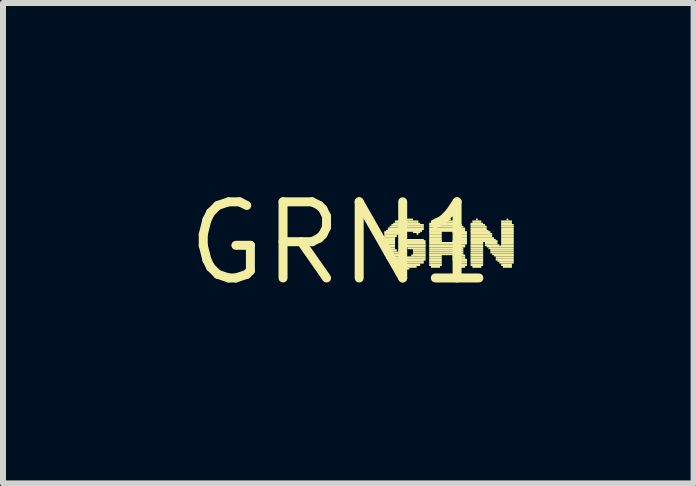
<source format=kicad_pcb>
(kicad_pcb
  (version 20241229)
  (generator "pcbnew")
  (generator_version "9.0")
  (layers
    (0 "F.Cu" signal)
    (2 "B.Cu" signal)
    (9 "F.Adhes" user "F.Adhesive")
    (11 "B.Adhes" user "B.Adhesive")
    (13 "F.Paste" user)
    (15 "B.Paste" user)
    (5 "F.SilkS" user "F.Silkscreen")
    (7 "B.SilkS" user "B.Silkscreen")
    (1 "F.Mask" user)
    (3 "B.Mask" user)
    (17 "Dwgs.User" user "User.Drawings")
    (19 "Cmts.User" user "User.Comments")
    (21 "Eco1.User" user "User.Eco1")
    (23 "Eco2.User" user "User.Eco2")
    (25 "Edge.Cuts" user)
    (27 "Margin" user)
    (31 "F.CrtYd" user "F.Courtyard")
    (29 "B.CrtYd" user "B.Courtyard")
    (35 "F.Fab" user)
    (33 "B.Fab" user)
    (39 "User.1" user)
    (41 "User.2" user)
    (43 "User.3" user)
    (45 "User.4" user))
  (footprint "GRN1"
    (layer "F.Cu")
    (at 2.638 1.006)
    (property "Reference" "GRN1" (at 0 0 0) (layer "F.SilkS") (effects (font (size 1.27 1.27) (thickness 0.15))))
    (fp_poly (pts (xy 0.69 -0.07) (xy 0.9 -0.07) (xy 0.9 -0.1) (xy 0.69 -0.1)) (stroke (width 0) (type solid)) (fill yes) (layer "F.SilkS"))
    (fp_poly (pts (xy 0.69 -0.04) (xy 0.9 -0.04) (xy 0.9 -0.07) (xy 0.69 -0.07)) (stroke (width 0) (type solid)) (fill yes) (layer "F.SilkS"))
    (fp_poly (pts (xy 0.69 -0.02) (xy 0.9 -0.02) (xy 0.9 -0.05) (xy 0.69 -0.05)) (stroke (width 0) (type solid)) (fill yes) (layer "F.SilkS"))
    (fp_poly (pts (xy 0.69 0.02) (xy 0.9 0.02) (xy 0.9 -0.02) (xy 0.69 -0.02)) (stroke (width 0) (type solid)) (fill yes) (layer "F.SilkS"))
    (fp_poly (pts (xy 0.69 0.05) (xy 0.9 0.05) (xy 0.9 0.02) (xy 0.69 0.02)) (stroke (width 0) (type solid)) (fill yes) (layer "F.SilkS"))
    (fp_poly (pts (xy 0.69 0.07) (xy 0.9 0.07) (xy 0.9 0.04) (xy 0.69 0.04)) (stroke (width 0) (type solid)) (fill yes) (layer "F.SilkS"))
    (fp_poly (pts (xy 0.69 0.1) (xy 0.9 0.1) (xy 0.9 0.07) (xy 0.69 0.07)) (stroke (width 0) (type solid)) (fill yes) (layer "F.SilkS"))
    (fp_poly (pts (xy 0.72 -0.17) (xy 0.99 -0.17) (xy 0.99 -0.2) (xy 0.72 -0.2)) (stroke (width 0) (type solid)) (fill yes) (layer "F.SilkS"))
    (fp_poly (pts (xy 0.72 -0.14) (xy 0.96 -0.14) (xy 0.96 -0.17) (xy 0.72 -0.17)) (stroke (width 0) (type solid)) (fill yes) (layer "F.SilkS"))
    (fp_poly (pts (xy 0.72 -0.1) (xy 0.93 -0.1) (xy 0.93 -0.14) (xy 0.72 -0.14)) (stroke (width 0) (type solid)) (fill yes) (layer "F.SilkS"))
    (fp_poly (pts (xy 0.72 0.14) (xy 0.93 0.14) (xy 0.93 0.1) (xy 0.72 0.1)) (stroke (width 0) (type solid)) (fill yes) (layer "F.SilkS"))
    (fp_poly (pts (xy 0.72 0.17) (xy 0.96 0.17) (xy 0.96 0.14) (xy 0.72 0.14)) (stroke (width 0) (type solid)) (fill yes) (layer "F.SilkS"))
    (fp_poly (pts (xy 0.72 0.2) (xy 0.99 0.2) (xy 0.99 0.17) (xy 0.72 0.17)) (stroke (width 0) (type solid)) (fill yes) (layer "F.SilkS"))
    (fp_poly (pts (xy 0.75 -0.19) (xy 1.35 -0.19) (xy 1.35 -0.22) (xy 0.75 -0.22)) (stroke (width 0) (type solid)) (fill yes) (layer "F.SilkS"))
    (fp_poly (pts (xy 0.75 0.22) (xy 1.05 0.22) (xy 1.05 0.19) (xy 0.75 0.19)) (stroke (width 0) (type solid)) (fill yes) (layer "F.SilkS"))
    (fp_poly (pts (xy 0.75 0.26) (xy 1.41 0.26) (xy 1.41 0.22) (xy 0.75 0.22)) (stroke (width 0) (type solid)) (fill yes) (layer "F.SilkS"))
    (fp_poly (pts (xy 0.78 -0.22) (xy 1.38 -0.22) (xy 1.38 -0.26) (xy 0.78 -0.26)) (stroke (width 0) (type solid)) (fill yes) (layer "F.SilkS"))
    (fp_poly (pts (xy 0.78 0.29) (xy 1.41 0.29) (xy 1.41 0.26) (xy 0.78 0.26)) (stroke (width 0) (type solid)) (fill yes) (layer "F.SilkS"))
    (fp_poly (pts (xy 0.81 -0.26) (xy 1.38 -0.26) (xy 1.38 -0.29) (xy 0.81 -0.29)) (stroke (width 0) (type solid)) (fill yes) (layer "F.SilkS"))
    (fp_poly (pts (xy 0.81 0.31) (xy 1.38 0.31) (xy 1.38 0.28) (xy 0.81 0.28)) (stroke (width 0) (type solid)) (fill yes) (layer "F.SilkS"))
    (fp_poly (pts (xy 0.84 -0.29) (xy 1.38 -0.29) (xy 1.38 -0.32) (xy 0.84 -0.32)) (stroke (width 0) (type solid)) (fill yes) (layer "F.SilkS"))
    (fp_poly (pts (xy 0.84 0.34) (xy 1.38 0.34) (xy 1.38 0.31) (xy 0.84 0.31)) (stroke (width 0) (type solid)) (fill yes) (layer "F.SilkS"))
    (fp_poly (pts (xy 0.87 -0.31) (xy 1.32 -0.31) (xy 1.32 -0.34) (xy 0.87 -0.34)) (stroke (width 0) (type solid)) (fill yes) (layer "F.SilkS"))
    (fp_poly (pts (xy 0.9 -0.34) (xy 1.29 -0.34) (xy 1.29 -0.38) (xy 0.9 -0.38)) (stroke (width 0) (type solid)) (fill yes) (layer "F.SilkS"))
    (fp_poly (pts (xy 0.9 0.38) (xy 1.32 0.38) (xy 1.32 0.34) (xy 0.9 0.34)) (stroke (width 0) (type solid)) (fill yes) (layer "F.SilkS"))
    (fp_poly (pts (xy 0.96 0.41) (xy 1.26 0.41) (xy 1.26 0.38) (xy 0.96 0.38)) (stroke (width 0) (type solid)) (fill yes) (layer "F.SilkS"))
    (fp_poly (pts (xy 0.99 -0.38) (xy 1.2 -0.38) (xy 1.2 -0.41) (xy 0.99 -0.41)) (stroke (width 0) (type solid)) (fill yes) (layer "F.SilkS"))
    (fp_poly (pts (xy 1.05 -0.02) (xy 1.41 -0.02) (xy 1.41 -0.05) (xy 1.05 -0.05)) (stroke (width 0) (type solid)) (fill yes) (layer "F.SilkS"))
    (fp_poly (pts (xy 1.05 0.02) (xy 1.41 0.02) (xy 1.41 -0.02) (xy 1.05 -0.02)) (stroke (width 0) (type solid)) (fill yes) (layer "F.SilkS"))
    (fp_poly (pts (xy 1.05 0.05) (xy 1.41 0.05) (xy 1.41 0.02) (xy 1.05 0.02)) (stroke (width 0) (type solid)) (fill yes) (layer "F.SilkS"))
    (fp_poly (pts (xy 1.05 0.07) (xy 1.41 0.07) (xy 1.41 0.04) (xy 1.05 0.04)) (stroke (width 0) (type solid)) (fill yes) (layer "F.SilkS"))
    (fp_poly (pts (xy 1.08 -0.04) (xy 1.38 -0.04) (xy 1.38 -0.07) (xy 1.08 -0.07)) (stroke (width 0) (type solid)) (fill yes) (layer "F.SilkS"))
    (fp_poly (pts (xy 1.08 0.44) (xy 1.14 0.44) (xy 1.14 0.41) (xy 1.08 0.41)) (stroke (width 0) (type solid)) (fill yes) (layer "F.SilkS"))
    (fp_poly (pts (xy 1.11 0.1) (xy 1.41 0.1) (xy 1.41 0.07) (xy 1.11 0.07)) (stroke (width 0) (type solid)) (fill yes) (layer "F.SilkS"))
    (fp_poly (pts (xy 1.17 0.22) (xy 1.41 0.22) (xy 1.41 0.19) (xy 1.17 0.19)) (stroke (width 0) (type solid)) (fill yes) (layer "F.SilkS"))
    (fp_poly (pts (xy 1.2 -0.17) (xy 1.32 -0.17) (xy 1.32 -0.2) (xy 1.2 -0.2)) (stroke (width 0) (type solid)) (fill yes) (layer "F.SilkS"))
    (fp_poly (pts (xy 1.2 0.14) (xy 1.41 0.14) (xy 1.41 0.1) (xy 1.2 0.1)) (stroke (width 0) (type solid)) (fill yes) (layer "F.SilkS"))
    (fp_poly (pts (xy 1.2 0.17) (xy 1.41 0.17) (xy 1.41 0.14) (xy 1.2 0.14)) (stroke (width 0) (type solid)) (fill yes) (layer "F.SilkS"))
    (fp_poly (pts (xy 1.2 0.2) (xy 1.41 0.2) (xy 1.41 0.17) (xy 1.2 0.17)) (stroke (width 0) (type solid)) (fill yes) (layer "F.SilkS"))
    (fp_poly (pts (xy 1.26 -0.14) (xy 1.29 -0.14) (xy 1.29 -0.17) (xy 1.26 -0.17)) (stroke (width 0) (type solid)) (fill yes) (layer "F.SilkS"))
    (fp_poly (pts (xy 1.47 -0.31) (xy 1.98 -0.31) (xy 1.98 -0.34) (xy 1.47 -0.34)) (stroke (width 0) (type solid)) (fill yes) (layer "F.SilkS"))
    (fp_poly (pts (xy 1.47 -0.29) (xy 2.01 -0.29) (xy 2.01 -0.32) (xy 1.47 -0.32)) (stroke (width 0) (type solid)) (fill yes) (layer "F.SilkS"))
    (fp_poly (pts (xy 1.47 -0.26) (xy 2.04 -0.26) (xy 2.04 -0.29) (xy 1.47 -0.29)) (stroke (width 0) (type solid)) (fill yes) (layer "F.SilkS"))
    (fp_poly (pts (xy 1.47 -0.22) (xy 2.07 -0.22) (xy 2.07 -0.26) (xy 1.47 -0.26)) (stroke (width 0) (type solid)) (fill yes) (layer "F.SilkS"))
    (fp_poly (pts (xy 1.47 -0.19) (xy 2.07 -0.19) (xy 2.07 -0.22) (xy 1.47 -0.22)) (stroke (width 0) (type solid)) (fill yes) (layer "F.SilkS"))
    (fp_poly (pts (xy 1.47 -0.17) (xy 1.68 -0.17) (xy 1.68 -0.2) (xy 1.47 -0.2)) (stroke (width 0) (type solid)) (fill yes) (layer "F.SilkS"))
    (fp_poly (pts (xy 1.47 -0.14) (xy 1.68 -0.14) (xy 1.68 -0.17) (xy 1.47 -0.17)) (stroke (width 0) (type solid)) (fill yes) (layer "F.SilkS"))
    (fp_poly (pts (xy 1.47 -0.1) (xy 1.68 -0.1) (xy 1.68 -0.14) (xy 1.47 -0.14)) (stroke (width 0) (type solid)) (fill yes) (layer "F.SilkS"))
    (fp_poly (pts (xy 1.47 -0.07) (xy 1.68 -0.07) (xy 1.68 -0.1) (xy 1.47 -0.1)) (stroke (width 0) (type solid)) (fill yes) (layer "F.SilkS"))
    (fp_poly (pts (xy 1.47 -0.04) (xy 1.68 -0.04) (xy 1.68 -0.07) (xy 1.47 -0.07)) (stroke (width 0) (type solid)) (fill yes) (layer "F.SilkS"))
    (fp_poly (pts (xy 1.47 -0.02) (xy 1.68 -0.02) (xy 1.68 -0.05) (xy 1.47 -0.05)) (stroke (width 0) (type solid)) (fill yes) (layer "F.SilkS"))
    (fp_poly (pts (xy 1.47 0.02) (xy 2.1 0.02) (xy 2.1 -0.02) (xy 1.47 -0.02)) (stroke (width 0) (type solid)) (fill yes) (layer "F.SilkS"))
    (fp_poly (pts (xy 1.47 0.05) (xy 2.07 0.05) (xy 2.07 0.02) (xy 1.47 0.02)) (stroke (width 0) (type solid)) (fill yes) (layer "F.SilkS"))
    (fp_poly (pts (xy 1.47 0.07) (xy 2.07 0.07) (xy 2.07 0.04) (xy 1.47 0.04)) (stroke (width 0) (type solid)) (fill yes) (layer "F.SilkS"))
    (fp_poly (pts (xy 1.47 0.1) (xy 2.04 0.1) (xy 2.04 0.07) (xy 1.47 0.07)) (stroke (width 0) (type solid)) (fill yes) (layer "F.SilkS"))
    (fp_poly (pts (xy 1.47 0.14) (xy 2.04 0.14) (xy 2.04 0.1) (xy 1.47 0.1)) (stroke (width 0) (type solid)) (fill yes) (layer "F.SilkS"))
    (fp_poly (pts (xy 1.47 0.17) (xy 2.04 0.17) (xy 2.04 0.14) (xy 1.47 0.14)) (stroke (width 0) (type solid)) (fill yes) (layer "F.SilkS"))
    (fp_poly (pts (xy 1.47 0.2) (xy 2.04 0.2) (xy 2.04 0.17) (xy 1.47 0.17)) (stroke (width 0) (type solid)) (fill yes) (layer "F.SilkS"))
    (fp_poly (pts (xy 1.47 0.22) (xy 1.68 0.22) (xy 1.68 0.19) (xy 1.47 0.19)) (stroke (width 0) (type solid)) (fill yes) (layer "F.SilkS"))
    (fp_poly (pts (xy 1.47 0.26) (xy 1.68 0.26) (xy 1.68 0.22) (xy 1.47 0.22)) (stroke (width 0) (type solid)) (fill yes) (layer "F.SilkS"))
    (fp_poly (pts (xy 1.47 0.29) (xy 1.68 0.29) (xy 1.68 0.26) (xy 1.47 0.26)) (stroke (width 0) (type solid)) (fill yes) (layer "F.SilkS"))
    (fp_poly (pts (xy 1.47 0.31) (xy 1.68 0.31) (xy 1.68 0.28) (xy 1.47 0.28)) (stroke (width 0) (type solid)) (fill yes) (layer "F.SilkS"))
    (fp_poly (pts (xy 1.47 0.34) (xy 1.68 0.34) (xy 1.68 0.31) (xy 1.47 0.31)) (stroke (width 0) (type solid)) (fill yes) (layer "F.SilkS"))
    (fp_poly (pts (xy 1.47 0.38) (xy 1.68 0.38) (xy 1.68 0.34) (xy 1.47 0.34)) (stroke (width 0) (type solid)) (fill yes) (layer "F.SilkS"))
    (fp_poly (pts (xy 1.5 -0.34) (xy 1.95 -0.34) (xy 1.95 -0.38) (xy 1.5 -0.38)) (stroke (width 0) (type solid)) (fill yes) (layer "F.SilkS"))
    (fp_poly (pts (xy 1.5 0.41) (xy 1.65 0.41) (xy 1.65 0.38) (xy 1.5 0.38)) (stroke (width 0) (type solid)) (fill yes) (layer "F.SilkS"))
    (fp_poly (pts (xy 1.56 -0.38) (xy 1.83 -0.38) (xy 1.83 -0.41) (xy 1.56 -0.41)) (stroke (width 0) (type solid)) (fill yes) (layer "F.SilkS"))
    (fp_poly (pts (xy 1.86 -0.17) (xy 2.1 -0.17) (xy 2.1 -0.2) (xy 1.86 -0.2)) (stroke (width 0) (type solid)) (fill yes) (layer "F.SilkS"))
    (fp_poly (pts (xy 1.86 -0.02) (xy 2.1 -0.02) (xy 2.1 -0.05) (xy 1.86 -0.05)) (stroke (width 0) (type solid)) (fill yes) (layer "F.SilkS"))
    (fp_poly (pts (xy 1.86 0.22) (xy 2.07 0.22) (xy 2.07 0.19) (xy 1.86 0.19)) (stroke (width 0) (type solid)) (fill yes) (layer "F.SilkS"))
    (fp_poly (pts (xy 1.86 0.26) (xy 2.07 0.26) (xy 2.07 0.22) (xy 1.86 0.22)) (stroke (width 0) (type solid)) (fill yes) (layer "F.SilkS"))
    (fp_poly (pts (xy 1.86 0.29) (xy 2.1 0.29) (xy 2.1 0.26) (xy 1.86 0.26)) (stroke (width 0) (type solid)) (fill yes) (layer "F.SilkS"))
    (fp_poly (pts (xy 1.89 -0.14) (xy 2.1 -0.14) (xy 2.1 -0.17) (xy 1.89 -0.17)) (stroke (width 0) (type solid)) (fill yes) (layer "F.SilkS"))
    (fp_poly (pts (xy 1.89 -0.1) (xy 2.1 -0.1) (xy 2.1 -0.14) (xy 1.89 -0.14)) (stroke (width 0) (type solid)) (fill yes) (layer "F.SilkS"))
    (fp_poly (pts (xy 1.89 -0.07) (xy 2.1 -0.07) (xy 2.1 -0.1) (xy 1.89 -0.1)) (stroke (width 0) (type solid)) (fill yes) (layer "F.SilkS"))
    (fp_poly (pts (xy 1.89 -0.04) (xy 2.1 -0.04) (xy 2.1 -0.07) (xy 1.89 -0.07)) (stroke (width 0) (type solid)) (fill yes) (layer "F.SilkS"))
    (fp_poly (pts (xy 1.89 0.31) (xy 2.1 0.31) (xy 2.1 0.28) (xy 1.89 0.28)) (stroke (width 0) (type solid)) (fill yes) (layer "F.SilkS"))
    (fp_poly (pts (xy 1.89 0.34) (xy 2.1 0.34) (xy 2.1 0.31) (xy 1.89 0.31)) (stroke (width 0) (type solid)) (fill yes) (layer "F.SilkS"))
    (fp_poly (pts (xy 1.92 0.38) (xy 2.1 0.38) (xy 2.1 0.34) (xy 1.92 0.34)) (stroke (width 0) (type solid)) (fill yes) (layer "F.SilkS"))
    (fp_poly (pts (xy 1.92 0.41) (xy 2.07 0.41) (xy 2.07 0.38) (xy 1.92 0.38)) (stroke (width 0) (type solid)) (fill yes) (layer "F.SilkS"))
    (fp_poly (pts (xy 2.16 -0.31) (xy 2.37 -0.31) (xy 2.37 -0.34) (xy 2.16 -0.34)) (stroke (width 0) (type solid)) (fill yes) (layer "F.SilkS"))
    (fp_poly (pts (xy 2.16 -0.29) (xy 2.4 -0.29) (xy 2.4 -0.32) (xy 2.16 -0.32)) (stroke (width 0) (type solid)) (fill yes) (layer "F.SilkS"))
    (fp_poly (pts (xy 2.16 -0.26) (xy 2.43 -0.26) (xy 2.43 -0.29) (xy 2.16 -0.29)) (stroke (width 0) (type solid)) (fill yes) (layer "F.SilkS"))
    (fp_poly (pts (xy 2.16 -0.22) (xy 2.43 -0.22) (xy 2.43 -0.26) (xy 2.16 -0.26)) (stroke (width 0) (type solid)) (fill yes) (layer "F.SilkS"))
    (fp_poly (pts (xy 2.16 -0.19) (xy 2.46 -0.19) (xy 2.46 -0.22) (xy 2.16 -0.22)) (stroke (width 0) (type solid)) (fill yes) (layer "F.SilkS"))
    (fp_poly (pts (xy 2.16 -0.17) (xy 2.49 -0.17) (xy 2.49 -0.2) (xy 2.16 -0.2)) (stroke (width 0) (type solid)) (fill yes) (layer "F.SilkS"))
    (fp_poly (pts (xy 2.16 -0.14) (xy 2.52 -0.14) (xy 2.52 -0.17) (xy 2.16 -0.17)) (stroke (width 0) (type solid)) (fill yes) (layer "F.SilkS"))
    (fp_poly (pts (xy 2.16 -0.1) (xy 2.52 -0.1) (xy 2.52 -0.14) (xy 2.16 -0.14)) (stroke (width 0) (type solid)) (fill yes) (layer "F.SilkS"))
    (fp_poly (pts (xy 2.16 -0.07) (xy 2.55 -0.07) (xy 2.55 -0.1) (xy 2.16 -0.1)) (stroke (width 0) (type solid)) (fill yes) (layer "F.SilkS"))
    (fp_poly (pts (xy 2.16 -0.04) (xy 2.58 -0.04) (xy 2.58 -0.07) (xy 2.16 -0.07)) (stroke (width 0) (type solid)) (fill yes) (layer "F.SilkS"))
    (fp_poly (pts (xy 2.16 -0.02) (xy 2.61 -0.02) (xy 2.61 -0.05) (xy 2.16 -0.05)) (stroke (width 0) (type solid)) (fill yes) (layer "F.SilkS"))
    (fp_poly (pts (xy 2.16 0.02) (xy 2.37 0.02) (xy 2.37 -0.02) (xy 2.16 -0.02)) (stroke (width 0) (type solid)) (fill yes) (layer "F.SilkS"))
    (fp_poly (pts (xy 2.16 0.05) (xy 2.37 0.05) (xy 2.37 0.02) (xy 2.16 0.02)) (stroke (width 0) (type solid)) (fill yes) (layer "F.SilkS"))
    (fp_poly (pts (xy 2.16 0.07) (xy 2.37 0.07) (xy 2.37 0.04) (xy 2.16 0.04)) (stroke (width 0) (type solid)) (fill yes) (layer "F.SilkS"))
    (fp_poly (pts (xy 2.16 0.1) (xy 2.37 0.1) (xy 2.37 0.07) (xy 2.16 0.07)) (stroke (width 0) (type solid)) (fill yes) (layer "F.SilkS"))
    (fp_poly (pts (xy 2.16 0.14) (xy 2.37 0.14) (xy 2.37 0.1) (xy 2.16 0.1)) (stroke (width 0) (type solid)) (fill yes) (layer "F.SilkS"))
    (fp_poly (pts (xy 2.16 0.17) (xy 2.37 0.17) (xy 2.37 0.14) (xy 2.16 0.14)) (stroke (width 0) (type solid)) (fill yes) (layer "F.SilkS"))
    (fp_poly (pts (xy 2.16 0.2) (xy 2.37 0.2) (xy 2.37 0.17) (xy 2.16 0.17)) (stroke (width 0) (type solid)) (fill yes) (layer "F.SilkS"))
    (fp_poly (pts (xy 2.16 0.22) (xy 2.37 0.22) (xy 2.37 0.19) (xy 2.16 0.19)) (stroke (width 0) (type solid)) (fill yes) (layer "F.SilkS"))
    (fp_poly (pts (xy 2.16 0.26) (xy 2.37 0.26) (xy 2.37 0.22) (xy 2.16 0.22)) (stroke (width 0) (type solid)) (fill yes) (layer "F.SilkS"))
    (fp_poly (pts (xy 2.16 0.29) (xy 2.37 0.29) (xy 2.37 0.26) (xy 2.16 0.26)) (stroke (width 0) (type solid)) (fill yes) (layer "F.SilkS"))
    (fp_poly (pts (xy 2.16 0.31) (xy 2.37 0.31) (xy 2.37 0.28) (xy 2.16 0.28)) (stroke (width 0) (type solid)) (fill yes) (layer "F.SilkS"))
    (fp_poly (pts (xy 2.16 0.34) (xy 2.37 0.34) (xy 2.37 0.31) (xy 2.16 0.31)) (stroke (width 0) (type solid)) (fill yes) (layer "F.SilkS"))
    (fp_poly (pts (xy 2.16 0.38) (xy 2.37 0.38) (xy 2.37 0.34) (xy 2.16 0.34)) (stroke (width 0) (type solid)) (fill yes) (layer "F.SilkS"))
    (fp_poly (pts (xy 2.19 -0.34) (xy 2.34 -0.34) (xy 2.34 -0.38) (xy 2.19 -0.38)) (stroke (width 0) (type solid)) (fill yes) (layer "F.SilkS"))
    (fp_poly (pts (xy 2.19 0.41) (xy 2.34 0.41) (xy 2.34 0.38) (xy 2.19 0.38)) (stroke (width 0) (type solid)) (fill yes) (layer "F.SilkS"))
    (fp_poly (pts (xy 2.25 -0.38) (xy 2.28 -0.38) (xy 2.28 -0.41) (xy 2.25 -0.41)) (stroke (width 0) (type solid)) (fill yes) (layer "F.SilkS"))
    (fp_poly (pts (xy 2.4 0.02) (xy 2.61 0.02) (xy 2.61 -0.02) (xy 2.4 -0.02)) (stroke (width 0) (type solid)) (fill yes) (layer "F.SilkS"))
    (fp_poly (pts (xy 2.4 0.05) (xy 2.64 0.05) (xy 2.64 0.02) (xy 2.4 0.02)) (stroke (width 0) (type solid)) (fill yes) (layer "F.SilkS"))
    (fp_poly (pts (xy 2.43 0.07) (xy 2.88 0.07) (xy 2.88 0.04) (xy 2.43 0.04)) (stroke (width 0) (type solid)) (fill yes) (layer "F.SilkS"))
    (fp_poly (pts (xy 2.46 0.1) (xy 2.88 0.1) (xy 2.88 0.07) (xy 2.46 0.07)) (stroke (width 0) (type solid)) (fill yes) (layer "F.SilkS"))
    (fp_poly (pts (xy 2.49 0.14) (xy 2.88 0.14) (xy 2.88 0.1) (xy 2.49 0.1)) (stroke (width 0) (type solid)) (fill yes) (layer "F.SilkS"))
    (fp_poly (pts (xy 2.49 0.17) (xy 2.88 0.17) (xy 2.88 0.14) (xy 2.49 0.14)) (stroke (width 0) (type solid)) (fill yes) (layer "F.SilkS"))
    (fp_poly (pts (xy 2.52 0.2) (xy 2.88 0.2) (xy 2.88 0.17) (xy 2.52 0.17)) (stroke (width 0) (type solid)) (fill yes) (layer "F.SilkS"))
    (fp_poly (pts (xy 2.55 0.22) (xy 2.88 0.22) (xy 2.88 0.19) (xy 2.55 0.19)) (stroke (width 0) (type solid)) (fill yes) (layer "F.SilkS"))
    (fp_poly (pts (xy 2.58 0.26) (xy 2.88 0.26) (xy 2.88 0.22) (xy 2.58 0.22)) (stroke (width 0) (type solid)) (fill yes) (layer "F.SilkS"))
    (fp_poly (pts (xy 2.58 0.29) (xy 2.88 0.29) (xy 2.88 0.26) (xy 2.58 0.26)) (stroke (width 0) (type solid)) (fill yes) (layer "F.SilkS"))
    (fp_poly (pts (xy 2.61 0.31) (xy 2.88 0.31) (xy 2.88 0.28) (xy 2.61 0.28)) (stroke (width 0) (type solid)) (fill yes) (layer "F.SilkS"))
    (fp_poly (pts (xy 2.64 0.34) (xy 2.88 0.34) (xy 2.88 0.31) (xy 2.64 0.31)) (stroke (width 0) (type solid)) (fill yes) (layer "F.SilkS"))
    (fp_poly (pts (xy 2.67 -0.34) (xy 2.85 -0.34) (xy 2.85 -0.38) (xy 2.67 -0.38)) (stroke (width 0) (type solid)) (fill yes) (layer "F.SilkS"))
    (fp_poly (pts (xy 2.67 -0.31) (xy 2.85 -0.31) (xy 2.85 -0.34) (xy 2.67 -0.34)) (stroke (width 0) (type solid)) (fill yes) (layer "F.SilkS"))
    (fp_poly (pts (xy 2.67 -0.29) (xy 2.88 -0.29) (xy 2.88 -0.32) (xy 2.67 -0.32)) (stroke (width 0) (type solid)) (fill yes) (layer "F.SilkS"))
    (fp_poly (pts (xy 2.67 -0.26) (xy 2.88 -0.26) (xy 2.88 -0.29) (xy 2.67 -0.29)) (stroke (width 0) (type solid)) (fill yes) (layer "F.SilkS"))
    (fp_poly (pts (xy 2.67 -0.22) (xy 2.88 -0.22) (xy 2.88 -0.26) (xy 2.67 -0.26)) (stroke (width 0) (type solid)) (fill yes) (layer "F.SilkS"))
    (fp_poly (pts (xy 2.67 -0.19) (xy 2.88 -0.19) (xy 2.88 -0.22) (xy 2.67 -0.22)) (stroke (width 0) (type solid)) (fill yes) (layer "F.SilkS"))
    (fp_poly (pts (xy 2.67 -0.17) (xy 2.88 -0.17) (xy 2.88 -0.2) (xy 2.67 -0.2)) (stroke (width 0) (type solid)) (fill yes) (layer "F.SilkS"))
    (fp_poly (pts (xy 2.67 -0.14) (xy 2.88 -0.14) (xy 2.88 -0.17) (xy 2.67 -0.17)) (stroke (width 0) (type solid)) (fill yes) (layer "F.SilkS"))
    (fp_poly (pts (xy 2.67 -0.1) (xy 2.88 -0.1) (xy 2.88 -0.14) (xy 2.67 -0.14)) (stroke (width 0) (type solid)) (fill yes) (layer "F.SilkS"))
    (fp_poly (pts (xy 2.67 -0.07) (xy 2.88 -0.07) (xy 2.88 -0.1) (xy 2.67 -0.1)) (stroke (width 0) (type solid)) (fill yes) (layer "F.SilkS"))
    (fp_poly (pts (xy 2.67 -0.04) (xy 2.88 -0.04) (xy 2.88 -0.07) (xy 2.67 -0.07)) (stroke (width 0) (type solid)) (fill yes) (layer "F.SilkS"))
    (fp_poly (pts (xy 2.67 -0.02) (xy 2.88 -0.02) (xy 2.88 -0.05) (xy 2.67 -0.05)) (stroke (width 0) (type solid)) (fill yes) (layer "F.SilkS"))
    (fp_poly (pts (xy 2.67 0.02) (xy 2.88 0.02) (xy 2.88 -0.02) (xy 2.67 -0.02)) (stroke (width 0) (type solid)) (fill yes) (layer "F.SilkS"))
    (fp_poly (pts (xy 2.67 0.05) (xy 2.88 0.05) (xy 2.88 0.02) (xy 2.67 0.02)) (stroke (width 0) (type solid)) (fill yes) (layer "F.SilkS"))
    (fp_poly (pts (xy 2.67 0.38) (xy 2.85 0.38) (xy 2.85 0.34) (xy 2.67 0.34)) (stroke (width 0) (type solid)) (fill yes) (layer "F.SilkS"))
    (fp_poly (pts (xy 2.7 0.41) (xy 2.85 0.41) (xy 2.85 0.38) (xy 2.7 0.38)) (stroke (width 0) (type solid)) (fill yes) (layer "F.SilkS"))
    (fp_poly (pts (xy 2.76 -0.38) (xy 2.79 -0.38) (xy 2.79 -0.41) (xy 2.76 -0.41)) (stroke (width 0) (type solid)) (fill yes) (layer "F.SilkS")))
  (gr_rect
    (start -3 -3)
    (end 8.518 5.012)
    (stroke (width 0.1) (type default))
    (fill no)
    (layer "Edge.Cuts")))
</source>
